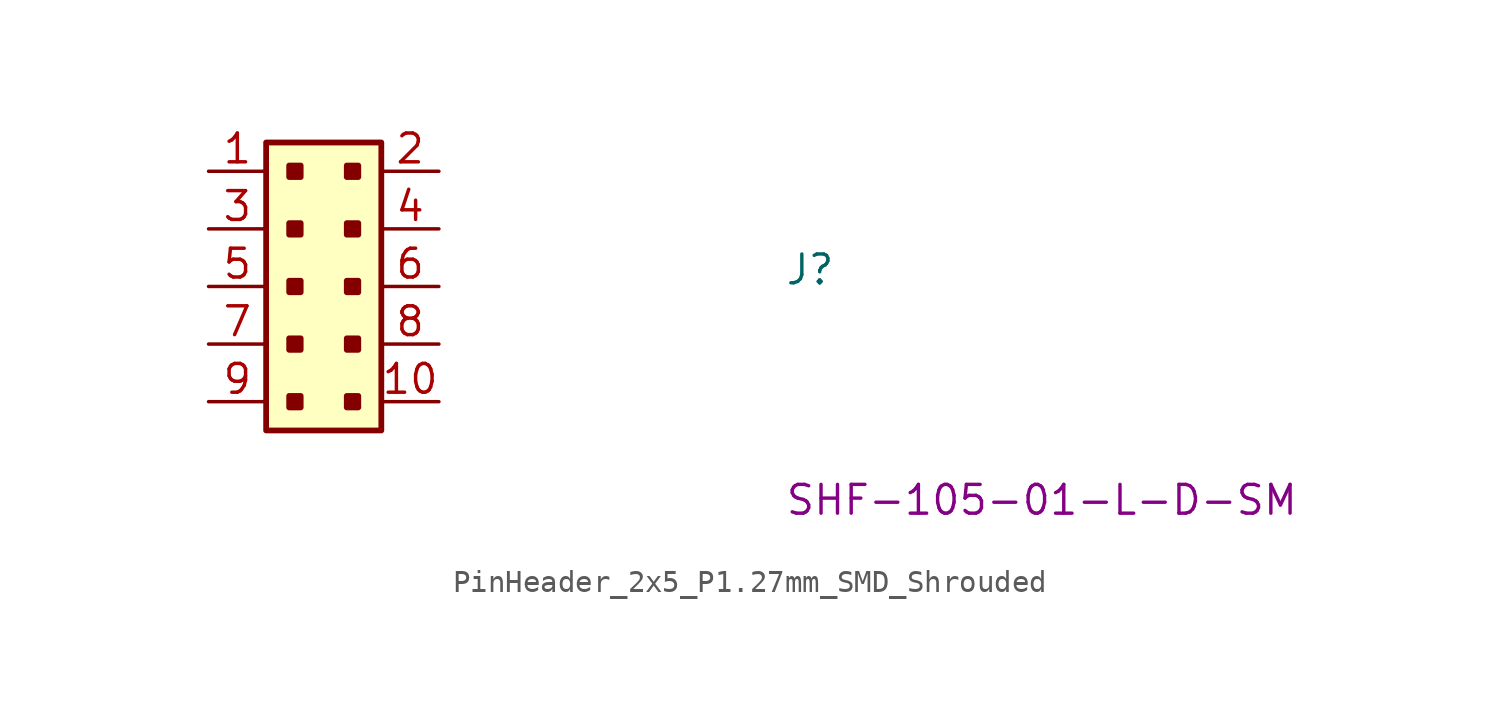
<source format=kicad_sym>
(kicad_symbol_lib
  (version 20220914)
  (generator kicad_symbol_editor)
  (symbol "PinHeader_2x5_P1.27mm_SMD_Shrouded"
    (pin_names hide)
    (property "Reference" "J"
      (at 25.4 -5.08 0)
      (effects (font (size 1.27 1.27) (thickness 0.15)) (justify left bottom)))
    (property "MPN" "SHF-105-01-L-D-SM"
      (at 25.4 -15.24 0)
      (effects (font (size 1.27 1.27) (thickness 0.15)) (justify left bottom)))
    (symbol "PinHeader_2x5_P1.27mm_SMD_Shrouded_1_1"
      (rectangle (start 2.54 1.27) (end 7.62 -11.43) (stroke (width 0.254) (type default)) (fill (type background)))
      (rectangle (start 3.556 -9.906) (end 4.064 -10.414) (stroke (width 0.254) (type default)) (fill (type outline)))
      (rectangle (start 3.556 -7.366) (end 4.064 -7.874) (stroke (width 0.254) (type default)) (fill (type outline)))
      (rectangle (start 3.556 -4.826) (end 4.064 -5.334) (stroke (width 0.254) (type default)) (fill (type outline)))
      (rectangle (start 3.556 -2.286) (end 4.064 -2.794) (stroke (width 0.254) (type default)) (fill (type outline)))
      (rectangle (start 3.556 0.254) (end 4.064 -0.254) (stroke (width 0.254) (type default)) (fill (type outline)))
      (rectangle (start 6.096 -9.906) (end 6.604 -10.414) (stroke (width 0.254) (type default)) (fill (type outline)))
      (rectangle (start 6.096 -7.366) (end 6.604 -7.874) (stroke (width 0.254) (type default)) (fill (type outline)))
      (rectangle (start 6.096 -4.826) (end 6.604 -5.334) (stroke (width 0.254) (type default)) (fill (type outline)))
      (rectangle (start 6.096 -2.286) (end 6.604 -2.794) (stroke (width 0.254) (type default)) (fill (type outline)))
      (rectangle (start 6.096 0.254) (end 6.604 -0.254) (stroke (width 0.254) (type default)) (fill (type outline)))
      (pin passive line (at 0 0 0) (length 2.54) (name "1" (effects (font (size 1.27 1.27)))) (number "1" (effects (font (size 1.27 1.27)))))
      (pin passive line (at 10.16 -10.16 180) (length 2.54) (name "10" (effects (font (size 1.27 1.27)))) (number "10" (effects (font (size 1.27 1.27)))))
      (pin passive line (at 10.16 0 180) (length 2.54) (name "2" (effects (font (size 1.27 1.27)))) (number "2" (effects (font (size 1.27 1.27)))))
      (pin passive line (at 0 -2.54 0) (length 2.54) (name "3" (effects (font (size 1.27 1.27)))) (number "3" (effects (font (size 1.27 1.27)))))
      (pin passive line (at 10.16 -2.54 180) (length 2.54) (name "4" (effects (font (size 1.27 1.27)))) (number "4" (effects (font (size 1.27 1.27)))))
      (pin passive line (at 0 -5.08 0) (length 2.54) (name "5" (effects (font (size 1.27 1.27)))) (number "5" (effects (font (size 1.27 1.27)))))
      (pin passive line (at 10.16 -5.08 180) (length 2.54) (name "6" (effects (font (size 1.27 1.27)))) (number "6" (effects (font (size 1.27 1.27)))))
      (pin passive line (at 0 -7.62 0) (length 2.54) (name "7" (effects (font (size 1.27 1.27)))) (number "7" (effects (font (size 1.27 1.27)))))
      (pin passive line (at 10.16 -7.62 180) (length 2.54) (name "8" (effects (font (size 1.27 1.27)))) (number "8" (effects (font (size 1.27 1.27)))))
      (pin passive line (at 0 -10.16 0) (length 2.54) (name "9" (effects (font (size 1.27 1.27)))) (number "9" (effects (font (size 1.27 1.27))))))))
</source>
